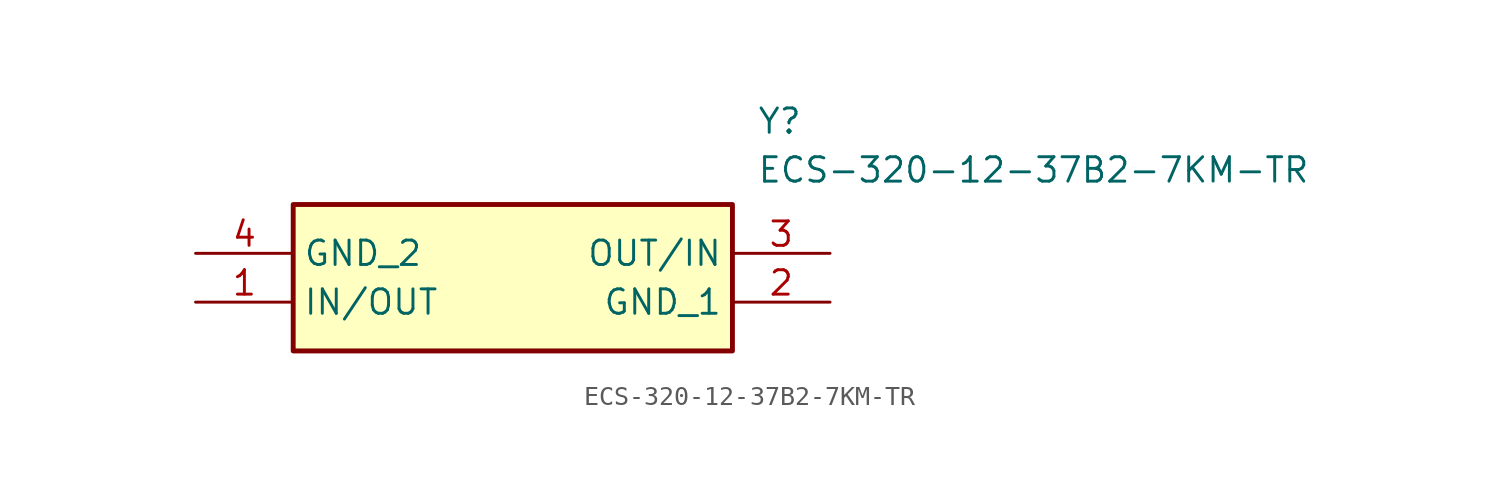
<source format=kicad_sym>
(kicad_symbol_lib
  (version 20211014)
  (generator SamacSys_ECAD_Model)
  (symbol "ECS-320-12-37B2-7KM-TR"
    (property "Reference" "Y"
      (at 29.21 7.62 0)
      (effects (font (size 1.27 1.27)) (justify left top)))
    (property "Value" "ECS-320-12-37B2-7KM-TR"
      (at 29.21 5.08 0)
      (effects (font (size 1.27 1.27)) (justify left top)))
    (rectangle
      (start 5.08 2.54)
      (end 27.94 -5.08)
      (stroke (width 0.254) (type default))
      (fill (type background)))
    (pin passive line
      (at 0 -2.54 0)
      (length 5.08)
      (name "IN/OUT" (effects (font (size 1.27 1.27))))
      (number "1" (effects (font (size 1.27 1.27)))))
    (pin passive line
      (at 33.02 -2.54 180)
      (length 5.08)
      (name "GND_1" (effects (font (size 1.27 1.27))))
      (number "2" (effects (font (size 1.27 1.27)))))
    (pin passive line
      (at 33.02 0 180)
      (length 5.08)
      (name "OUT/IN" (effects (font (size 1.27 1.27))))
      (number "3" (effects (font (size 1.27 1.27)))))
    (pin passive line
      (at 0 0 0)
      (length 5.08)
      (name "GND_2" (effects (font (size 1.27 1.27))))
      (number "4" (effects (font (size 1.27 1.27)))))))
</source>
